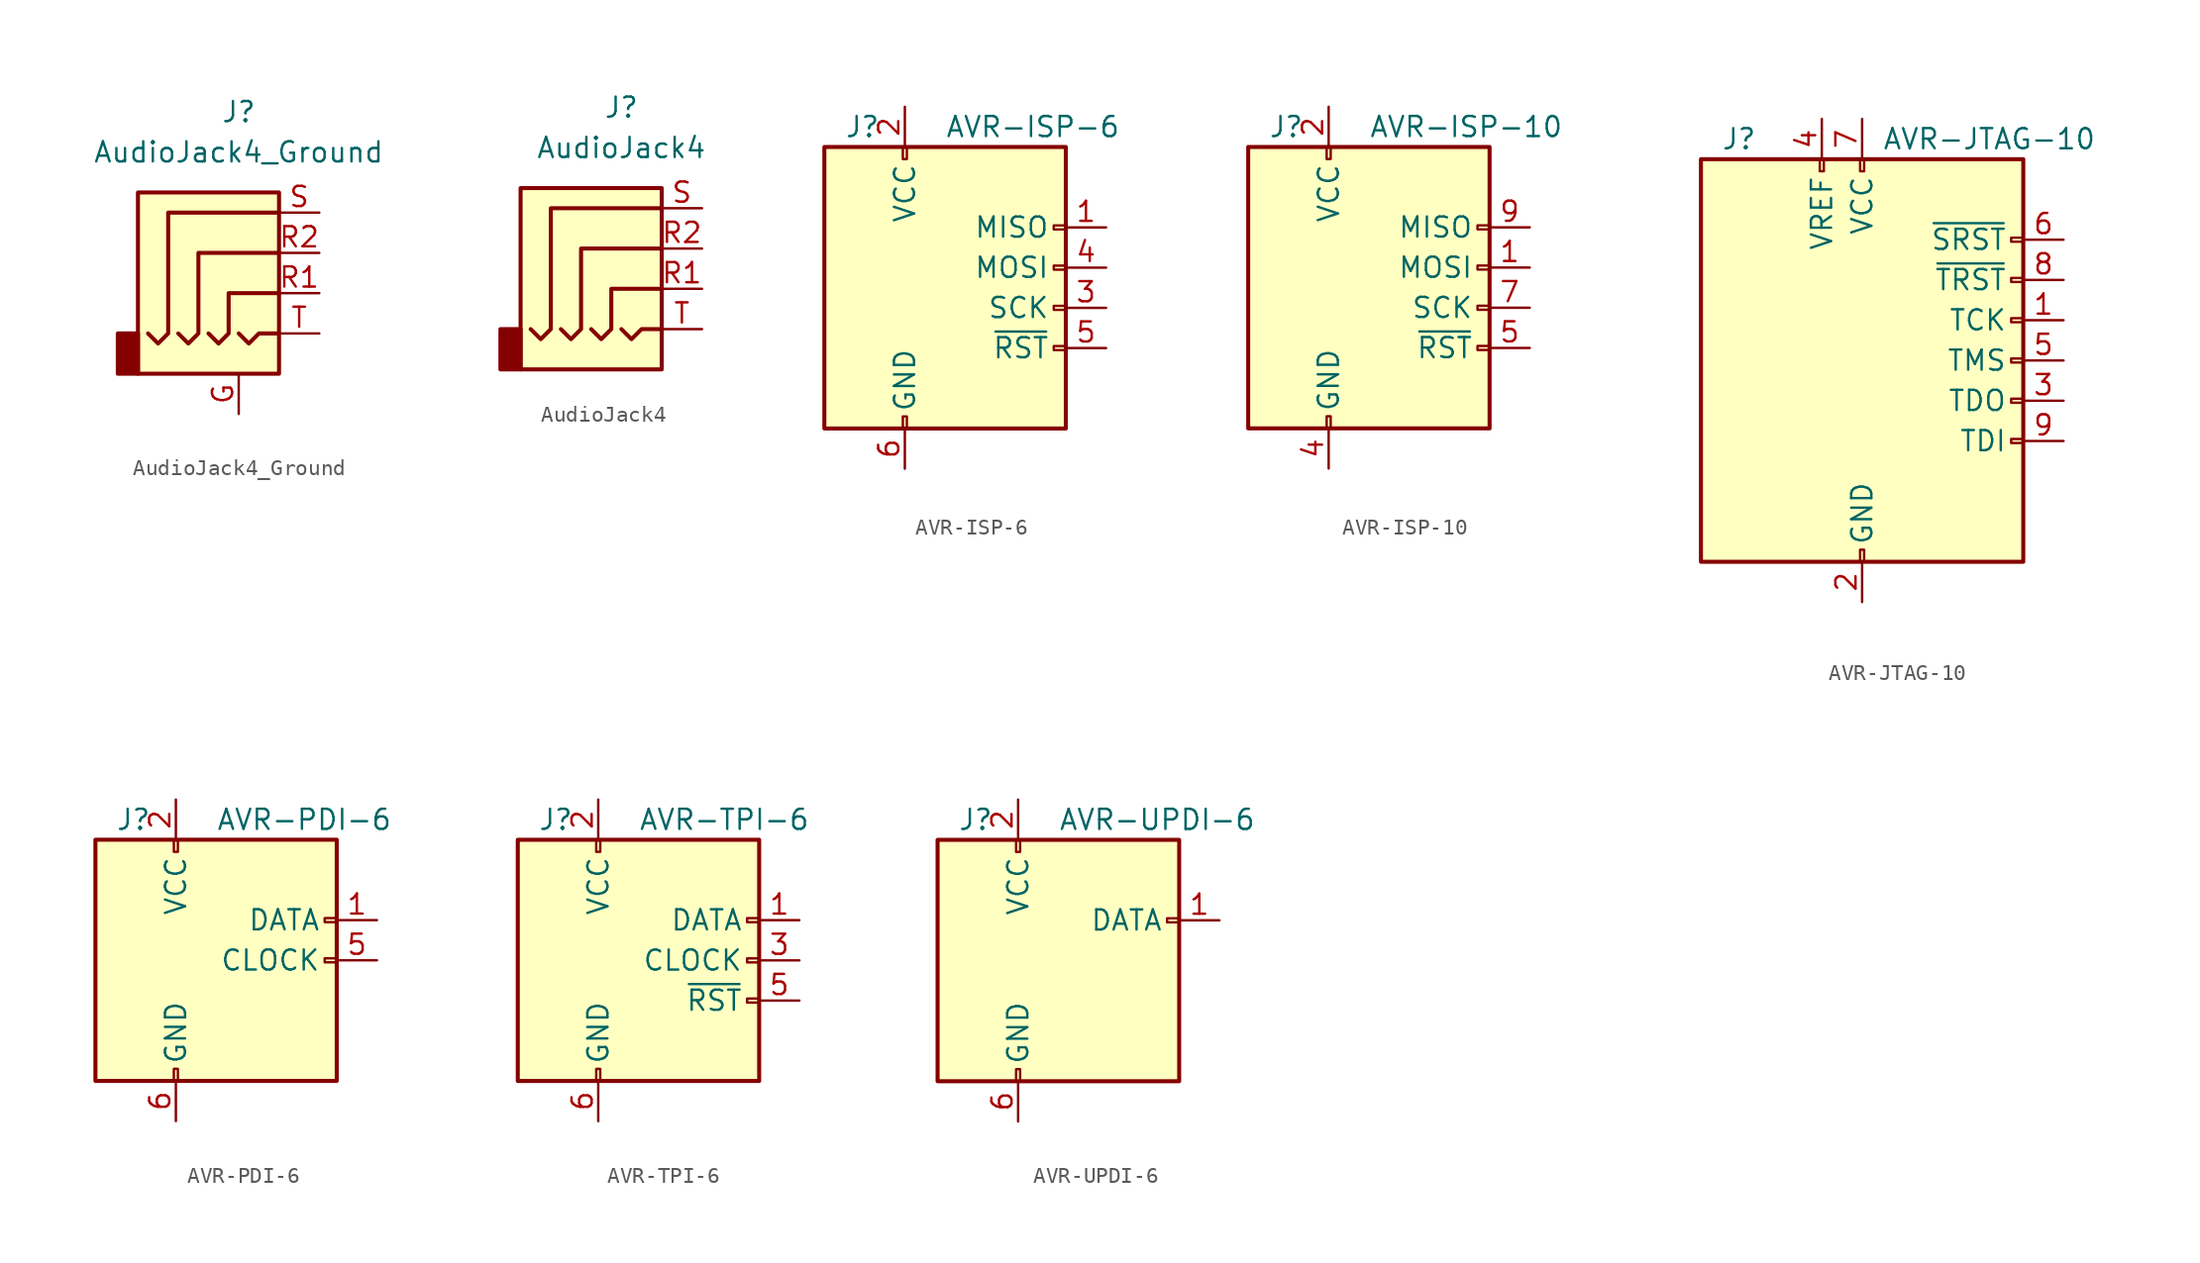
<source format=kicad_sym>
(kicad_symbol_lib
  (version 20220914)
  (generator kicad_symbol_editor)
  (symbol "AudioJack4_Ground"
    (property "Reference" "J"
      (at 0 8.89 0)
      (effects (font (size 1.27 1.27))))
    (property "Value" "AudioJack4_Ground"
      (at 0 6.35 0)
      (effects (font (size 1.27 1.27))))
    (symbol "AudioJack4_Ground_0_1"
      (rectangle (start -6.35 -7.62) (end -7.62 -5.08) (stroke (width 0.254) (type solid)) (fill (type outline)))
      (polyline (pts (xy 0 -5.08) (xy 0.635 -5.715) (xy 1.27 -5.08) (xy 2.54 -5.08)) (stroke (width 0.254) (type solid)) (fill (type none)))
      (polyline (pts (xy -5.715 -5.08) (xy -5.08 -5.715) (xy -4.445 -5.08) (xy -4.445 2.54) (xy 2.54 2.54)) (stroke (width 0.254) (type solid)) (fill (type none)))
      (polyline (pts (xy -1.905 -5.08) (xy -1.27 -5.715) (xy -0.635 -5.08) (xy -0.635 -2.54) (xy 2.54 -2.54)) (stroke (width 0.254) (type solid)) (fill (type none)))
      (polyline (pts (xy 2.54 0) (xy -2.54 0) (xy -2.54 -5.08) (xy -3.175 -5.715) (xy -3.81 -5.08)) (stroke (width 0.254) (type solid)) (fill (type none)))
      (rectangle (start 2.54 3.81) (end -6.35 -7.62) (stroke (width 0.254) (type solid)) (fill (type background))))
    (symbol "AudioJack4_Ground_1_1"
      (pin passive line (at 0 -10.16 90) (length 2.54) (name "~" (effects (font (size 1.27 1.27)))) (number "G" (effects (font (size 1.27 1.27)))))
      (pin passive line (at 5.08 -2.54 180) (length 2.54) (name "~" (effects (font (size 1.27 1.27)))) (number "R1" (effects (font (size 1.27 1.27)))))
      (pin passive line (at 5.08 0 180) (length 2.54) (name "~" (effects (font (size 1.27 1.27)))) (number "R2" (effects (font (size 1.27 1.27)))))
      (pin passive line (at 5.08 2.54 180) (length 2.54) (name "~" (effects (font (size 1.27 1.27)))) (number "S" (effects (font (size 1.27 1.27)))))
      (pin passive line (at 5.08 -5.08 180) (length 2.54) (name "~" (effects (font (size 1.27 1.27)))) (number "T" (effects (font (size 1.27 1.27)))))))
  (symbol "AudioJack4"
    (property "Reference" "J"
      (at 0 8.89 0)
      (effects (font (size 1.27 1.27))))
    (property "Value" "AudioJack4"
      (at 0 6.35 0)
      (effects (font (size 1.27 1.27))))
    (symbol "AudioJack4_0_1"
      (rectangle (start -6.35 -5.08) (end -7.62 -7.62) (stroke (width 0.254) (type solid)) (fill (type outline)))
      (polyline (pts (xy 0 -5.08) (xy 0.635 -5.715) (xy 1.27 -5.08) (xy 2.54 -5.08)) (stroke (width 0.254) (type solid)) (fill (type none)))
      (polyline (pts (xy -5.715 -5.08) (xy -5.08 -5.715) (xy -4.445 -5.08) (xy -4.445 2.54) (xy 2.54 2.54)) (stroke (width 0.254) (type solid)) (fill (type none)))
      (polyline (pts (xy -1.905 -5.08) (xy -1.27 -5.715) (xy -0.635 -5.08) (xy -0.635 -2.54) (xy 2.54 -2.54)) (stroke (width 0.254) (type solid)) (fill (type none)))
      (polyline (pts (xy 2.54 0) (xy -2.54 0) (xy -2.54 -5.08) (xy -3.175 -5.715) (xy -3.81 -5.08)) (stroke (width 0.254) (type solid)) (fill (type none)))
      (rectangle (start 2.54 3.81) (end -6.35 -7.62) (stroke (width 0.254) (type solid)) (fill (type background))))
    (symbol "AudioJack4_1_1"
      (pin passive line (at 5.08 -2.54 180) (length 2.54) (name "~" (effects (font (size 1.27 1.27)))) (number "R1" (effects (font (size 1.27 1.27)))))
      (pin passive line (at 5.08 0 180) (length 2.54) (name "~" (effects (font (size 1.27 1.27)))) (number "R2" (effects (font (size 1.27 1.27)))))
      (pin passive line (at 5.08 2.54 180) (length 2.54) (name "~" (effects (font (size 1.27 1.27)))) (number "S" (effects (font (size 1.27 1.27)))))
      (pin passive line (at 5.08 -5.08 180) (length 2.54) (name "~" (effects (font (size 1.27 1.27)))) (number "T" (effects (font (size 1.27 1.27)))))))
  (symbol "AVR-ISP-6"
    (pin_names
      (offset 1.016))
    (property "Reference" "J"
      (at -6.35 11.43 0)
      (effects (font (size 1.27 1.27)) (justify left)))
    (property "Value" "AVR-ISP-6"
      (at 0 11.43 0)
      (effects (font (size 1.27 1.27)) (justify left)))
    (symbol "AVR-ISP-6_0_1"
      (rectangle (start -2.667 -6.858) (end -2.413 -7.62) (stroke (width 0) (type solid)) (fill (type none)))
      (rectangle (start -2.667 10.16) (end -2.413 9.398) (stroke (width 0) (type solid)) (fill (type none)))
      (rectangle (start 7.62 -2.413) (end 6.858 -2.667) (stroke (width 0) (type solid)) (fill (type none)))
      (rectangle (start 7.62 0.127) (end 6.858 -0.127) (stroke (width 0) (type solid)) (fill (type none)))
      (rectangle (start 7.62 2.667) (end 6.858 2.413) (stroke (width 0) (type solid)) (fill (type none)))
      (rectangle (start 7.62 5.207) (end 6.858 4.953) (stroke (width 0) (type solid)) (fill (type none)))
      (rectangle (start 7.62 10.16) (end -7.62 -7.62) (stroke (width 0.254) (type solid)) (fill (type background))))
    (symbol "AVR-ISP-6_1_1"
      (pin passive line (at 10.16 5.08 180) (length 2.54) (name "MISO" (effects (font (size 1.27 1.27)))) (number "1" (effects (font (size 1.27 1.27)))))
      (pin passive line (at -2.54 12.7 270) (length 2.54) (name "VCC" (effects (font (size 1.27 1.27)))) (number "2" (effects (font (size 1.27 1.27)))))
      (pin passive line (at 10.16 0 180) (length 2.54) (name "SCK" (effects (font (size 1.27 1.27)))) (number "3" (effects (font (size 1.27 1.27)))))
      (pin passive line (at 10.16 2.54 180) (length 2.54) (name "MOSI" (effects (font (size 1.27 1.27)))) (number "4" (effects (font (size 1.27 1.27)))))
      (pin passive line (at 10.16 -2.54 180) (length 2.54) (name "~{RST}" (effects (font (size 1.27 1.27)))) (number "5" (effects (font (size 1.27 1.27)))))
      (pin passive line (at -2.54 -10.16 90) (length 2.54) (name "GND" (effects (font (size 1.27 1.27)))) (number "6" (effects (font (size 1.27 1.27)))))))
  (symbol "AVR-ISP-10"
    (pin_names
      (offset 1.016))
    (property "Reference" "J"
      (at -6.35 11.43 0)
      (effects (font (size 1.27 1.27)) (justify left)))
    (property "Value" "AVR-ISP-10"
      (at 0 11.43 0)
      (effects (font (size 1.27 1.27)) (justify left)))
    (symbol "AVR-ISP-10_0_1"
      (rectangle (start -2.667 -6.858) (end -2.413 -7.62) (stroke (width 0) (type solid)) (fill (type none)))
      (rectangle (start -2.667 10.16) (end -2.413 9.398) (stroke (width 0) (type solid)) (fill (type none)))
      (rectangle (start 7.62 -2.413) (end 6.858 -2.667) (stroke (width 0) (type solid)) (fill (type none)))
      (rectangle (start 7.62 0.127) (end 6.858 -0.127) (stroke (width 0) (type solid)) (fill (type none)))
      (rectangle (start 7.62 2.667) (end 6.858 2.413) (stroke (width 0) (type solid)) (fill (type none)))
      (rectangle (start 7.62 5.207) (end 6.858 4.953) (stroke (width 0) (type solid)) (fill (type none)))
      (rectangle (start 7.62 10.16) (end -7.62 -7.62) (stroke (width 0.254) (type solid)) (fill (type background))))
    (symbol "AVR-ISP-10_1_1"
      (pin passive line (at 10.16 2.54 180) (length 2.54) (name "MOSI" (effects (font (size 1.27 1.27)))) (number "1" (effects (font (size 1.27 1.27)))))
      (pin passive line (at -2.54 -10.16 90) (length 2.54) hide (name "GND" (effects (font (size 1.27 1.27)))) (number "10" (effects (font (size 1.27 1.27)))))
      (pin passive line (at -2.54 12.7 270) (length 2.54) (name "VCC" (effects (font (size 1.27 1.27)))) (number "2" (effects (font (size 1.27 1.27)))))
      (pin no_connect line (at 7.62 -5.08 180) (length 2.54) hide (name "NC" (effects (font (size 1.27 1.27)))) (number "3" (effects (font (size 1.27 1.27)))))
      (pin passive line (at -2.54 -10.16 90) (length 2.54) (name "GND" (effects (font (size 1.27 1.27)))) (number "4" (effects (font (size 1.27 1.27)))))
      (pin passive line (at 10.16 -2.54 180) (length 2.54) (name "~{RST}" (effects (font (size 1.27 1.27)))) (number "5" (effects (font (size 1.27 1.27)))))
      (pin passive line (at -2.54 -10.16 90) (length 2.54) hide (name "GND" (effects (font (size 1.27 1.27)))) (number "6" (effects (font (size 1.27 1.27)))))
      (pin passive line (at 10.16 0 180) (length 2.54) (name "SCK" (effects (font (size 1.27 1.27)))) (number "7" (effects (font (size 1.27 1.27)))))
      (pin passive line (at -2.54 -10.16 90) (length 2.54) hide (name "GND" (effects (font (size 1.27 1.27)))) (number "8" (effects (font (size 1.27 1.27)))))
      (pin passive line (at 10.16 5.08 180) (length 2.54) (name "MISO" (effects (font (size 1.27 1.27)))) (number "9" (effects (font (size 1.27 1.27)))))))
  (symbol "AVR-JTAG-10"
    (pin_names
      (offset 1.016))
    (property "Reference" "J"
      (at -8.89 13.97 0)
      (effects (font (size 1.27 1.27)) (justify left)))
    (property "Value" "AVR-JTAG-10"
      (at 1.27 13.97 0)
      (effects (font (size 1.27 1.27)) (justify left)))
    (symbol "AVR-JTAG-10_0_1"
      (rectangle (start -2.667 12.7) (end -2.413 11.938) (stroke (width 0) (type solid)) (fill (type none)))
      (rectangle (start -0.127 -11.938) (end 0.127 -12.7) (stroke (width 0) (type solid)) (fill (type none)))
      (rectangle (start -0.127 12.7) (end 0.127 11.938) (stroke (width 0) (type solid)) (fill (type none)))
      (rectangle (start 10.16 -4.953) (end 9.398 -5.207) (stroke (width 0) (type solid)) (fill (type none)))
      (rectangle (start 10.16 -2.413) (end 9.398 -2.667) (stroke (width 0) (type solid)) (fill (type none)))
      (rectangle (start 10.16 0.127) (end 9.398 -0.127) (stroke (width 0) (type solid)) (fill (type none)))
      (rectangle (start 10.16 2.667) (end 9.398 2.413) (stroke (width 0) (type solid)) (fill (type none)))
      (rectangle (start 10.16 5.207) (end 9.398 4.953) (stroke (width 0) (type solid)) (fill (type none)))
      (rectangle (start 10.16 7.747) (end 9.398 7.493) (stroke (width 0) (type solid)) (fill (type none)))
      (rectangle (start 10.16 12.7) (end -10.16 -12.7) (stroke (width 0.254) (type solid)) (fill (type background))))
    (symbol "AVR-JTAG-10_1_1"
      (pin passive line (at 12.7 2.54 180) (length 2.54) (name "TCK" (effects (font (size 1.27 1.27)))) (number "1" (effects (font (size 1.27 1.27)))))
      (pin passive line (at 0 -15.24 90) (length 2.54) hide (name "GND" (effects (font (size 1.27 1.27)))) (number "10" (effects (font (size 1.27 1.27)))))
      (pin passive line (at 0 -15.24 90) (length 2.54) (name "GND" (effects (font (size 1.27 1.27)))) (number "2" (effects (font (size 1.27 1.27)))))
      (pin passive line (at 12.7 -2.54 180) (length 2.54) (name "TDO" (effects (font (size 1.27 1.27)))) (number "3" (effects (font (size 1.27 1.27)))))
      (pin passive line (at -2.54 15.24 270) (length 2.54) (name "VREF" (effects (font (size 1.27 1.27)))) (number "4" (effects (font (size 1.27 1.27)))))
      (pin passive line (at 12.7 0 180) (length 2.54) (name "TMS" (effects (font (size 1.27 1.27)))) (number "5" (effects (font (size 1.27 1.27)))))
      (pin passive line (at 12.7 7.62 180) (length 2.54) (name "~{SRST}" (effects (font (size 1.27 1.27)))) (number "6" (effects (font (size 1.27 1.27)))))
      (pin passive line (at 0 15.24 270) (length 2.54) (name "VCC" (effects (font (size 1.27 1.27)))) (number "7" (effects (font (size 1.27 1.27)))))
      (pin passive line (at 12.7 5.08 180) (length 2.54) (name "~{TRST}" (effects (font (size 1.27 1.27)))) (number "8" (effects (font (size 1.27 1.27)))))
      (pin passive line (at 12.7 -5.08 180) (length 2.54) (name "TDI" (effects (font (size 1.27 1.27)))) (number "9" (effects (font (size 1.27 1.27)))))))
  (symbol "AVR-PDI-6"
    (pin_names
      (offset 1.016))
    (property "Reference" "J"
      (at -6.35 8.89 0)
      (effects (font (size 1.27 1.27)) (justify left)))
    (property "Value" "AVR-PDI-6"
      (at 0 8.89 0)
      (effects (font (size 1.27 1.27)) (justify left)))
    (symbol "AVR-PDI-6_0_1"
      (rectangle (start -2.667 -6.858) (end -2.413 -7.62) (stroke (width 0) (type solid)) (fill (type none)))
      (rectangle (start -2.667 7.62) (end -2.413 6.858) (stroke (width 0) (type solid)) (fill (type none)))
      (rectangle (start 7.62 0.127) (end 6.858 -0.127) (stroke (width 0) (type solid)) (fill (type none)))
      (rectangle (start 7.62 2.667) (end 6.858 2.413) (stroke (width 0) (type solid)) (fill (type none)))
      (rectangle (start 7.62 7.62) (end -7.62 -7.62) (stroke (width 0.254) (type solid)) (fill (type background))))
    (symbol "AVR-PDI-6_1_1"
      (pin passive line (at 10.16 2.54 180) (length 2.54) (name "DATA" (effects (font (size 1.27 1.27)))) (number "1" (effects (font (size 1.27 1.27)))))
      (pin passive line (at -2.54 10.16 270) (length 2.54) (name "VCC" (effects (font (size 1.27 1.27)))) (number "2" (effects (font (size 1.27 1.27)))))
      (pin no_connect line (at 7.62 -2.54 180) (length 2.54) hide (name "NC" (effects (font (size 1.27 1.27)))) (number "3" (effects (font (size 1.27 1.27)))))
      (pin no_connect line (at 7.62 -5.08 180) (length 2.54) hide (name "NC" (effects (font (size 1.27 1.27)))) (number "4" (effects (font (size 1.27 1.27)))))
      (pin passive line (at 10.16 0 180) (length 2.54) (name "CLOCK" (effects (font (size 1.27 1.27)))) (number "5" (effects (font (size 1.27 1.27)))))
      (pin passive line (at -2.54 -10.16 90) (length 2.54) (name "GND" (effects (font (size 1.27 1.27)))) (number "6" (effects (font (size 1.27 1.27)))))))
  (symbol "AVR-TPI-6"
    (pin_names
      (offset 1.016))
    (property "Reference" "J"
      (at -6.35 8.89 0)
      (effects (font (size 1.27 1.27)) (justify left)))
    (property "Value" "AVR-TPI-6"
      (at 0 8.89 0)
      (effects (font (size 1.27 1.27)) (justify left)))
    (symbol "AVR-TPI-6_0_1"
      (rectangle (start -2.667 -6.858) (end -2.413 -7.62) (stroke (width 0) (type solid)) (fill (type none)))
      (rectangle (start -2.667 7.62) (end -2.413 6.858) (stroke (width 0) (type solid)) (fill (type none)))
      (rectangle (start 7.62 -2.413) (end 6.858 -2.667) (stroke (width 0) (type solid)) (fill (type none)))
      (rectangle (start 7.62 0.127) (end 6.858 -0.127) (stroke (width 0) (type solid)) (fill (type none)))
      (rectangle (start 7.62 2.667) (end 6.858 2.413) (stroke (width 0) (type solid)) (fill (type none)))
      (rectangle (start 7.62 7.62) (end -7.62 -7.62) (stroke (width 0.254) (type solid)) (fill (type background))))
    (symbol "AVR-TPI-6_1_1"
      (pin passive line (at 10.16 2.54 180) (length 2.54) (name "DATA" (effects (font (size 1.27 1.27)))) (number "1" (effects (font (size 1.27 1.27)))))
      (pin passive line (at -2.54 10.16 270) (length 2.54) (name "VCC" (effects (font (size 1.27 1.27)))) (number "2" (effects (font (size 1.27 1.27)))))
      (pin passive line (at 10.16 0 180) (length 2.54) (name "CLOCK" (effects (font (size 1.27 1.27)))) (number "3" (effects (font (size 1.27 1.27)))))
      (pin no_connect line (at 7.62 -5.08 180) (length 2.54) hide (name "NC" (effects (font (size 1.27 1.27)))) (number "4" (effects (font (size 1.27 1.27)))))
      (pin passive line (at 10.16 -2.54 180) (length 2.54) (name "~{RST}" (effects (font (size 1.27 1.27)))) (number "5" (effects (font (size 1.27 1.27)))))
      (pin passive line (at -2.54 -10.16 90) (length 2.54) (name "GND" (effects (font (size 1.27 1.27)))) (number "6" (effects (font (size 1.27 1.27)))))))
  (symbol "AVR-UPDI-6"
    (pin_names
      (offset 1.016))
    (property "Reference" "J"
      (at -6.35 8.89 0)
      (effects (font (size 1.27 1.27)) (justify left)))
    (property "Value" "AVR-UPDI-6"
      (at 0 8.89 0)
      (effects (font (size 1.27 1.27)) (justify left)))
    (symbol "AVR-UPDI-6_0_1"
      (rectangle (start -2.667 -6.858) (end -2.413 -7.62) (stroke (width 0) (type solid)) (fill (type none)))
      (rectangle (start -2.667 7.62) (end -2.413 6.858) (stroke (width 0) (type solid)) (fill (type none)))
      (rectangle (start 7.62 2.667) (end 6.858 2.413) (stroke (width 0) (type solid)) (fill (type none)))
      (rectangle (start 7.62 7.62) (end -7.62 -7.62) (stroke (width 0.254) (type solid)) (fill (type background))))
    (symbol "AVR-UPDI-6_1_1"
      (pin passive line (at 10.16 2.54 180) (length 2.54) (name "DATA" (effects (font (size 1.27 1.27)))) (number "1" (effects (font (size 1.27 1.27)))))
      (pin passive line (at -2.54 10.16 270) (length 2.54) (name "VCC" (effects (font (size 1.27 1.27)))) (number "2" (effects (font (size 1.27 1.27)))))
      (pin no_connect line (at 7.62 0 180) (length 2.54) hide (name "NC" (effects (font (size 1.27 1.27)))) (number "3" (effects (font (size 1.27 1.27)))))
      (pin no_connect line (at 7.62 -2.54 180) (length 2.54) hide (name "NC" (effects (font (size 1.27 1.27)))) (number "4" (effects (font (size 1.27 1.27)))))
      (pin no_connect line (at 7.62 -5.08 180) (length 2.54) hide (name "NC" (effects (font (size 1.27 1.27)))) (number "5" (effects (font (size 1.27 1.27)))))
      (pin passive line (at -2.54 -10.16 90) (length 2.54) (name "GND" (effects (font (size 1.27 1.27)))) (number "6" (effects (font (size 1.27 1.27))))))))
</source>
